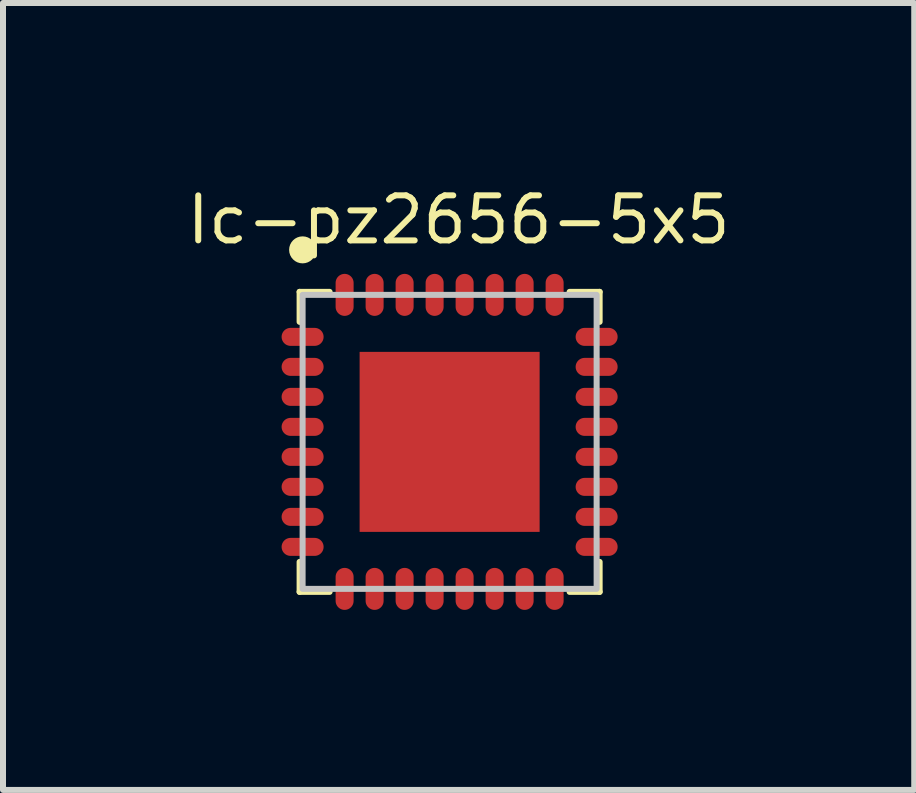
<source format=kicad_pcb>
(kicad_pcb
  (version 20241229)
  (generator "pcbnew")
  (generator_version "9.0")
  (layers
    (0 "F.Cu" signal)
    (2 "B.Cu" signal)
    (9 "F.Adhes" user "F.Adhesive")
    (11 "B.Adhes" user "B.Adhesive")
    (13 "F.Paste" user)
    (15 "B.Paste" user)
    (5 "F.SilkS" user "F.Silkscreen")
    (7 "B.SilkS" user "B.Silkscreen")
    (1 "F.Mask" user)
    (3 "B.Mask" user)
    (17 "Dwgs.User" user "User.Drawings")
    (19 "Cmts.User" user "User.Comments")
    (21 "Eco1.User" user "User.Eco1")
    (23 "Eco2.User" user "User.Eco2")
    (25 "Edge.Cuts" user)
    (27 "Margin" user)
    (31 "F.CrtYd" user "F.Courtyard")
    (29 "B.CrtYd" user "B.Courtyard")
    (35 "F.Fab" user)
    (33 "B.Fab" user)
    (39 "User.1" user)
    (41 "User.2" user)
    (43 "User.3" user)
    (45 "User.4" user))
  (footprint "Ic-pz2656-5x5"
    (layer "F.Cu")
    (at 4.443 4.314)
    (property "Reference" "Ic-pz2656-5x5" (at 0.15 -3.7 0) (unlocked yes) (layer "F.SilkS") (effects (font (size 0.75 0.75) (thickness 0.1))))
    (attr smd)
    (fp_line (start -2.5 -2.5) (end -2 -2.5) (stroke (width 0.1) (type default)) (layer "F.SilkS"))
    (fp_line (start -2.5 -2) (end -2.5 -2.5) (stroke (width 0.1) (type default)) (layer "F.SilkS"))
    (fp_line (start -2.5 2) (end -2.5 2.5) (stroke (width 0.1) (type default)) (layer "F.SilkS"))
    (fp_line (start -2.5 2.5) (end -2 2.5) (stroke (width 0.1) (type default)) (layer "F.SilkS"))
    (fp_line (start 2.5 -2.5) (end 2 -2.5) (stroke (width 0.1) (type default)) (layer "F.SilkS"))
    (fp_line (start 2.5 -2) (end 2.5 -2.5) (stroke (width 0.1) (type default)) (layer "F.SilkS"))
    (fp_line (start 2.5 2) (end 2.5 2.5) (stroke (width 0.1) (type default)) (layer "F.SilkS"))
    (fp_line (start 2.5 2.5) (end 2 2.5) (stroke (width 0.1) (type default)) (layer "F.SilkS"))
    (fp_circle (center -2.45 -3.2) (end -2.25 -3.2) (stroke (width 0.05) (type solid)) (fill yes) (layer "F.SilkS"))
    (fp_rect (start -2.45 -2.45) (end 2.45 2.45) (stroke (width 0.1) (type default)) (fill no) (layer "Dwgs.User"))
    (pad "0" smd rect (at 0 0) (size 3 3) (layers "F.Cu" "F.Mask" "F.Paste"))
    (pad "1" smd oval (at -2.45 -1.75) (size 0.7 0.3) (layers "F.Cu" "F.Mask" "F.Paste"))
    (pad "2" smd oval (at -2.45 -1.25) (size 0.7 0.3) (layers "F.Cu" "F.Mask" "F.Paste"))
    (pad "3" smd oval (at -2.45 -0.75) (size 0.7 0.3) (layers "F.Cu" "F.Mask" "F.Paste"))
    (pad "4" smd oval (at -2.45 -0.25) (size 0.7 0.3) (layers "F.Cu" "F.Mask" "F.Paste"))
    (pad "5" smd oval (at -2.45 0.25) (size 0.7 0.3) (layers "F.Cu" "F.Mask" "F.Paste"))
    (pad "6" smd oval (at -2.45 0.75) (size 0.7 0.3) (layers "F.Cu" "F.Mask" "F.Paste"))
    (pad "7" smd oval (at -2.45 1.25) (size 0.7 0.3) (layers "F.Cu" "F.Mask" "F.Paste"))
    (pad "8" smd oval (at -2.45 1.75) (size 0.7 0.3) (layers "F.Cu" "F.Mask" "F.Paste"))
    (pad "9" smd oval (at -1.75 2.45 90) (size 0.7 0.3) (layers "F.Cu" "F.Mask" "F.Paste"))
    (pad "10" smd oval (at -1.25 2.45 90) (size 0.7 0.3) (layers "F.Cu" "F.Mask" "F.Paste"))
    (pad "11" smd oval (at -0.75 2.45 90) (size 0.7 0.3) (layers "F.Cu" "F.Mask" "F.Paste"))
    (pad "12" smd oval (at -0.25 2.45 90) (size 0.7 0.3) (layers "F.Cu" "F.Mask" "F.Paste"))
    (pad "13" smd oval (at 0.25 2.45 90) (size 0.7 0.3) (layers "F.Cu" "F.Mask" "F.Paste"))
    (pad "14" smd oval (at 0.75 2.45 90) (size 0.7 0.3) (layers "F.Cu" "F.Mask" "F.Paste"))
    (pad "15" smd oval (at 1.25 2.45 90) (size 0.7 0.3) (layers "F.Cu" "F.Mask" "F.Paste"))
    (pad "16" smd oval (at 1.75 2.45 90) (size 0.7 0.3) (layers "F.Cu" "F.Mask" "F.Paste"))
    (pad "17" smd oval (at 2.45 1.75) (size 0.7 0.3) (layers "F.Cu" "F.Mask" "F.Paste"))
    (pad "18" smd oval (at 2.45 1.25) (size 0.7 0.3) (layers "F.Cu" "F.Mask" "F.Paste"))
    (pad "19" smd oval (at 2.45 0.75) (size 0.7 0.3) (layers "F.Cu" "F.Mask" "F.Paste"))
    (pad "20" smd oval (at 2.45 0.25) (size 0.7 0.3) (layers "F.Cu" "F.Mask" "F.Paste"))
    (pad "21" smd oval (at 2.45 -0.25) (size 0.7 0.3) (layers "F.Cu" "F.Mask" "F.Paste"))
    (pad "22" smd oval (at 2.45 -0.75) (size 0.7 0.3) (layers "F.Cu" "F.Mask" "F.Paste"))
    (pad "23" smd oval (at 2.45 -1.25) (size 0.7 0.3) (layers "F.Cu" "F.Mask" "F.Paste"))
    (pad "24" smd oval (at 2.45 -1.75) (size 0.7 0.3) (layers "F.Cu" "F.Mask" "F.Paste"))
    (pad "25" smd oval (at 1.75 -2.45 90) (size 0.7 0.3) (layers "F.Cu" "F.Mask" "F.Paste"))
    (pad "26" smd oval (at 1.25 -2.45 90) (size 0.7 0.3) (layers "F.Cu" "F.Mask" "F.Paste"))
    (pad "27" smd oval (at 0.75 -2.45 90) (size 0.7 0.3) (layers "F.Cu" "F.Mask" "F.Paste"))
    (pad "28" smd oval (at 0.25 -2.45 90) (size 0.7 0.3) (layers "F.Cu" "F.Mask" "F.Paste"))
    (pad "29" smd oval (at -0.25 -2.45 90) (size 0.7 0.3) (layers "F.Cu" "F.Mask" "F.Paste"))
    (pad "30" smd oval (at -0.75 -2.45 90) (size 0.7 0.3) (layers "F.Cu" "F.Mask" "F.Paste"))
    (pad "31" smd oval (at -1.25 -2.45 90) (size 0.7 0.3) (layers "F.Cu" "F.Mask" "F.Paste"))
    (pad "32" smd oval (at -1.75 -2.45 90) (size 0.7 0.3) (layers "F.Cu" "F.Mask" "F.Paste")))
  (gr_rect
    (start -3 -3)
    (end 12.186 10.114)
    (stroke (width 0.1) (type default))
    (fill no)
    (layer "Edge.Cuts")))
</source>
